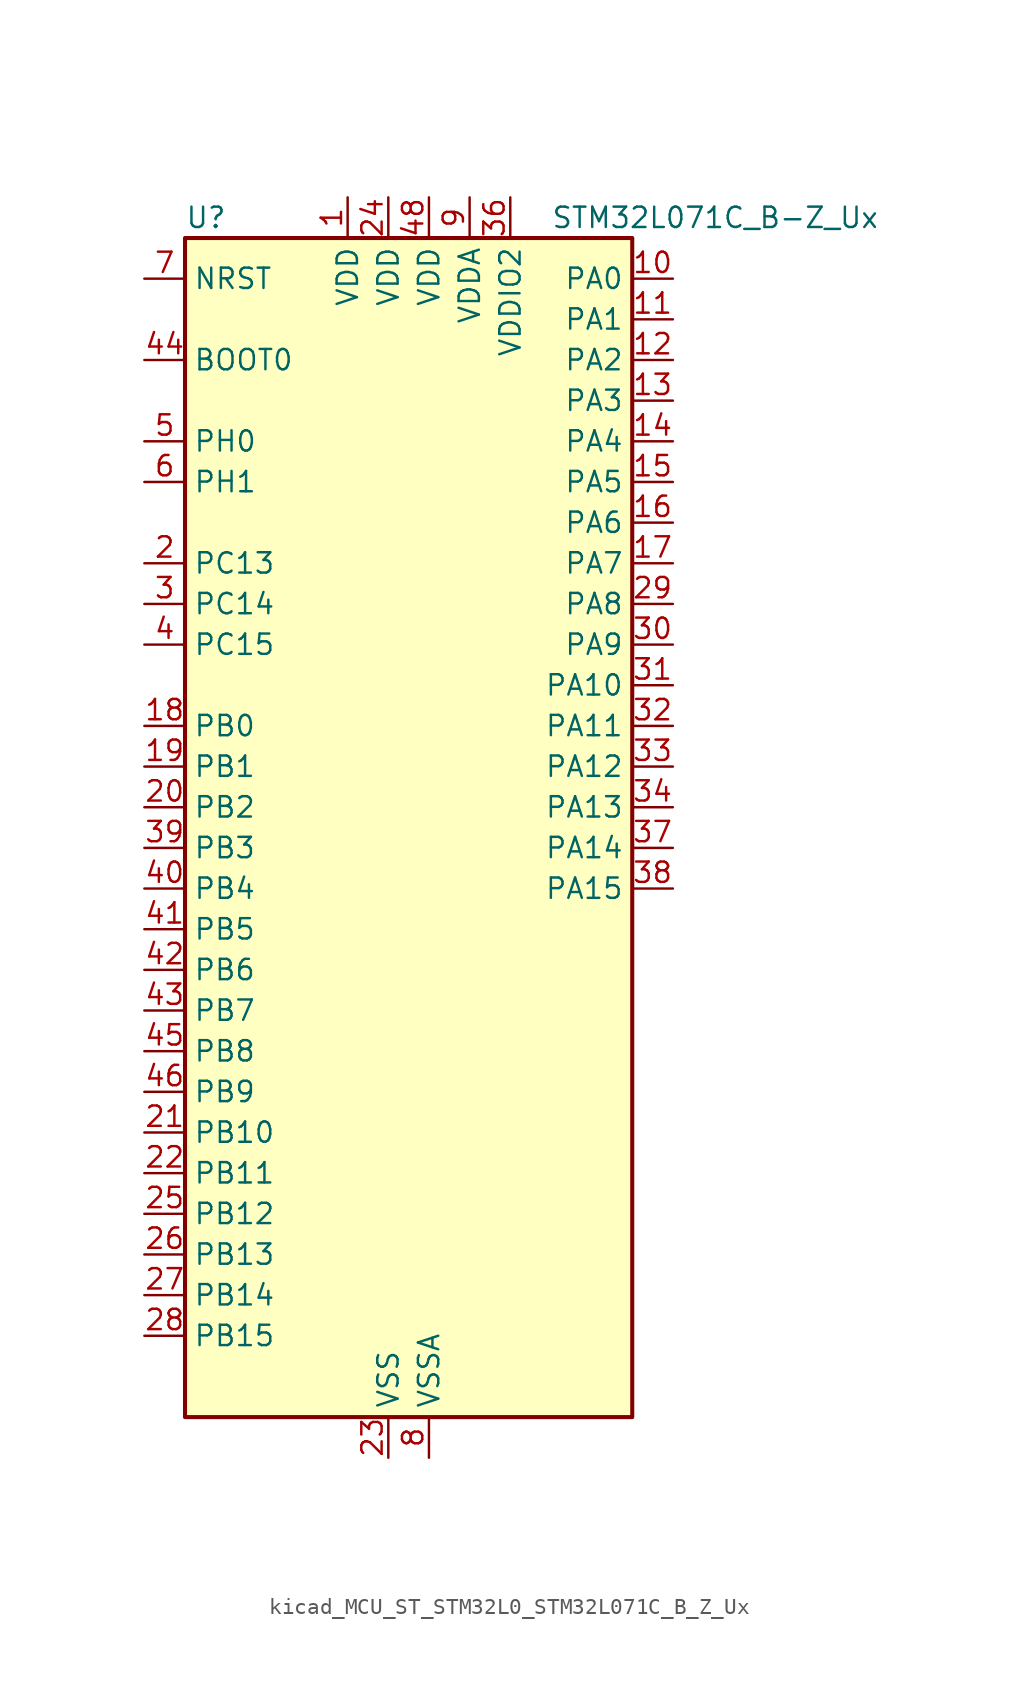
<source format=kicad_sym>
(kicad_symbol_lib
  (version 20220914)
  (generator kicad_symbol_editor)
  (symbol "kicad_MCU_ST_STM32L0_STM32L071C_B_Z_Ux"
    (property "Reference" "U"
      (at -12.7 39.37 0)
      (effects (font (size 1.27 1.27)) (justify left)))
    (property "Value" "STM32L071C_B-Z_Ux"
      (at 10.16 39.37 0)
      (effects (font (size 1.27 1.27)) (justify left)))
    (property "ki_locked" ""
      (at 0 0 0)
      (effects (font (size 1.27 1.27))))
    (symbol "kicad_MCU_ST_STM32L0_STM32L071C_B_Z_Ux_0_1"
      (rectangle (start -12.7 -35.56) (end 15.24 38.1) (stroke (width 0.254) (type default)) (fill (type background))))
    (symbol "kicad_MCU_ST_STM32L0_STM32L071C_B_Z_Ux_1_1"
      (pin power_in line (at -2.54 40.64 270) (length 2.54) (name "VDD" (effects (font (size 1.27 1.27)))) (number "1" (effects (font (size 1.27 1.27)))))
      (pin bidirectional line (at 17.78 35.56 180) (length 2.54) (name "PA0" (effects (font (size 1.27 1.27)))) (number "10" (effects (font (size 1.27 1.27)))) (alternate "ADC_IN0" bidirectional line) (alternate "COMP1_INM" bidirectional line) (alternate "COMP1_OUT" bidirectional line) (alternate "RTC_TAMP2" bidirectional line) (alternate "SYS_WKUP1" bidirectional line) (alternate "TIM2_CH1" bidirectional line) (alternate "TIM2_ETR" bidirectional line) (alternate "USART2_CTS" bidirectional line) (alternate "USART4_TX" bidirectional line))
      (pin bidirectional line (at 17.78 33.02 180) (length 2.54) (name "PA1" (effects (font (size 1.27 1.27)))) (number "11" (effects (font (size 1.27 1.27)))) (alternate "ADC_IN1" bidirectional line) (alternate "COMP1_INP" bidirectional line) (alternate "TIM21_ETR" bidirectional line) (alternate "TIM2_CH2" bidirectional line) (alternate "USART2_DE" bidirectional line) (alternate "USART2_RTS" bidirectional line) (alternate "USART4_RX" bidirectional line))
      (pin bidirectional line (at 17.78 30.48 180) (length 2.54) (name "PA2" (effects (font (size 1.27 1.27)))) (number "12" (effects (font (size 1.27 1.27)))) (alternate "ADC_IN2" bidirectional line) (alternate "COMP2_INM" bidirectional line) (alternate "COMP2_OUT" bidirectional line) (alternate "LPUART1_TX" bidirectional line) (alternate "TIM21_CH1" bidirectional line) (alternate "TIM2_CH3" bidirectional line) (alternate "USART2_TX" bidirectional line))
      (pin bidirectional line (at 17.78 27.94 180) (length 2.54) (name "PA3" (effects (font (size 1.27 1.27)))) (number "13" (effects (font (size 1.27 1.27)))) (alternate "ADC_IN3" bidirectional line) (alternate "COMP2_INP" bidirectional line) (alternate "LPUART1_RX" bidirectional line) (alternate "TIM21_CH2" bidirectional line) (alternate "TIM2_CH4" bidirectional line) (alternate "USART2_RX" bidirectional line))
      (pin bidirectional line (at 17.78 25.4 180) (length 2.54) (name "PA4" (effects (font (size 1.27 1.27)))) (number "14" (effects (font (size 1.27 1.27)))) (alternate "ADC_IN4" bidirectional line) (alternate "COMP1_INM" bidirectional line) (alternate "COMP2_INM" bidirectional line) (alternate "SPI1_NSS" bidirectional line) (alternate "TIM22_ETR" bidirectional line) (alternate "USART2_CK" bidirectional line))
      (pin bidirectional line (at 17.78 22.86 180) (length 2.54) (name "PA5" (effects (font (size 1.27 1.27)))) (number "15" (effects (font (size 1.27 1.27)))) (alternate "ADC_IN5" bidirectional line) (alternate "COMP1_INM" bidirectional line) (alternate "COMP2_INM" bidirectional line) (alternate "SPI1_SCK" bidirectional line) (alternate "TIM2_CH1" bidirectional line) (alternate "TIM2_ETR" bidirectional line))
      (pin bidirectional line (at 17.78 20.32 180) (length 2.54) (name "PA6" (effects (font (size 1.27 1.27)))) (number "16" (effects (font (size 1.27 1.27)))) (alternate "ADC_IN6" bidirectional line) (alternate "COMP1_OUT" bidirectional line) (alternate "LPUART1_CTS" bidirectional line) (alternate "SPI1_MISO" bidirectional line) (alternate "TIM22_CH1" bidirectional line) (alternate "TIM3_CH1" bidirectional line))
      (pin bidirectional line (at 17.78 17.78 180) (length 2.54) (name "PA7" (effects (font (size 1.27 1.27)))) (number "17" (effects (font (size 1.27 1.27)))) (alternate "ADC_IN7" bidirectional line) (alternate "COMP2_OUT" bidirectional line) (alternate "SPI1_MOSI" bidirectional line) (alternate "TIM22_CH2" bidirectional line) (alternate "TIM3_CH2" bidirectional line))
      (pin bidirectional line (at -15.24 7.62 0) (length 2.54) (name "PB0" (effects (font (size 1.27 1.27)))) (number "18" (effects (font (size 1.27 1.27)))) (alternate "ADC_IN8" bidirectional line) (alternate "SYS_VREF_OUT_PB0" bidirectional line) (alternate "TIM3_CH3" bidirectional line))
      (pin bidirectional line (at -15.24 5.08 0) (length 2.54) (name "PB1" (effects (font (size 1.27 1.27)))) (number "19" (effects (font (size 1.27 1.27)))) (alternate "ADC_IN9" bidirectional line) (alternate "LPUART1_DE" bidirectional line) (alternate "LPUART1_RTS" bidirectional line) (alternate "SYS_VREF_OUT_PB1" bidirectional line) (alternate "TIM3_CH4" bidirectional line))
      (pin bidirectional line (at -15.24 17.78 0) (length 2.54) (name "PC13" (effects (font (size 1.27 1.27)))) (number "2" (effects (font (size 1.27 1.27)))) (alternate "RTC_OUT_ALARM" bidirectional line) (alternate "RTC_OUT_CALIB" bidirectional line) (alternate "RTC_TAMP1" bidirectional line) (alternate "RTC_TS" bidirectional line) (alternate "SYS_WKUP2" bidirectional line))
      (pin bidirectional line (at -15.24 2.54 0) (length 2.54) (name "PB2" (effects (font (size 1.27 1.27)))) (number "20" (effects (font (size 1.27 1.27)))) (alternate "I2C3_SMBA" bidirectional line) (alternate "LPTIM1_OUT" bidirectional line))
      (pin bidirectional line (at -15.24 -17.78 0) (length 2.54) (name "PB10" (effects (font (size 1.27 1.27)))) (number "21" (effects (font (size 1.27 1.27)))) (alternate "I2C2_SCL" bidirectional line) (alternate "LPUART1_RX" bidirectional line) (alternate "LPUART1_TX" bidirectional line) (alternate "SPI2_SCK" bidirectional line) (alternate "TIM2_CH3" bidirectional line))
      (pin bidirectional line (at -15.24 -20.32 0) (length 2.54) (name "PB11" (effects (font (size 1.27 1.27)))) (number "22" (effects (font (size 1.27 1.27)))) (alternate "ADC_EXTI11" bidirectional line) (alternate "I2C2_SDA" bidirectional line) (alternate "LPUART1_RX" bidirectional line) (alternate "LPUART1_TX" bidirectional line) (alternate "TIM2_CH4" bidirectional line))
      (pin power_in line (at 0 -38.1 90) (length 2.54) (name "VSS" (effects (font (size 1.27 1.27)))) (number "23" (effects (font (size 1.27 1.27)))))
      (pin power_in line (at 0 40.64 270) (length 2.54) (name "VDD" (effects (font (size 1.27 1.27)))) (number "24" (effects (font (size 1.27 1.27)))))
      (pin bidirectional line (at -15.24 -22.86 0) (length 2.54) (name "PB12" (effects (font (size 1.27 1.27)))) (number "25" (effects (font (size 1.27 1.27)))) (alternate "I2S2_WS" bidirectional line) (alternate "LPUART1_DE" bidirectional line) (alternate "LPUART1_RTS" bidirectional line) (alternate "SPI2_NSS" bidirectional line))
      (pin bidirectional line (at -15.24 -25.4 0) (length 2.54) (name "PB13" (effects (font (size 1.27 1.27)))) (number "26" (effects (font (size 1.27 1.27)))) (alternate "I2C2_SCL" bidirectional line) (alternate "I2S2_CK" bidirectional line) (alternate "LPUART1_CTS" bidirectional line) (alternate "RCC_MCO" bidirectional line) (alternate "SPI2_SCK" bidirectional line) (alternate "TIM21_CH1" bidirectional line))
      (pin bidirectional line (at -15.24 -27.94 0) (length 2.54) (name "PB14" (effects (font (size 1.27 1.27)))) (number "27" (effects (font (size 1.27 1.27)))) (alternate "I2C2_SDA" bidirectional line) (alternate "I2S2_MCK" bidirectional line) (alternate "LPUART1_DE" bidirectional line) (alternate "LPUART1_RTS" bidirectional line) (alternate "RTC_OUT_ALARM" bidirectional line) (alternate "RTC_OUT_CALIB" bidirectional line) (alternate "SPI2_MISO" bidirectional line) (alternate "TIM21_CH2" bidirectional line))
      (pin bidirectional line (at -15.24 -30.48 0) (length 2.54) (name "PB15" (effects (font (size 1.27 1.27)))) (number "28" (effects (font (size 1.27 1.27)))) (alternate "I2S2_SD" bidirectional line) (alternate "RTC_REFIN" bidirectional line) (alternate "SPI2_MOSI" bidirectional line))
      (pin bidirectional line (at 17.78 15.24 180) (length 2.54) (name "PA8" (effects (font (size 1.27 1.27)))) (number "29" (effects (font (size 1.27 1.27)))) (alternate "I2C3_SCL" bidirectional line) (alternate "RCC_MCO" bidirectional line) (alternate "USART1_CK" bidirectional line))
      (pin bidirectional line (at -15.24 15.24 0) (length 2.54) (name "PC14" (effects (font (size 1.27 1.27)))) (number "3" (effects (font (size 1.27 1.27)))) (alternate "RCC_OSC32_IN" bidirectional line))
      (pin bidirectional line (at 17.78 12.7 180) (length 2.54) (name "PA9" (effects (font (size 1.27 1.27)))) (number "30" (effects (font (size 1.27 1.27)))) (alternate "I2C1_SCL" bidirectional line) (alternate "I2C3_SMBA" bidirectional line) (alternate "RCC_MCO" bidirectional line) (alternate "USART1_TX" bidirectional line))
      (pin bidirectional line (at 17.78 10.16 180) (length 2.54) (name "PA10" (effects (font (size 1.27 1.27)))) (number "31" (effects (font (size 1.27 1.27)))) (alternate "I2C1_SDA" bidirectional line) (alternate "USART1_RX" bidirectional line))
      (pin bidirectional line (at 17.78 7.62 180) (length 2.54) (name "PA11" (effects (font (size 1.27 1.27)))) (number "32" (effects (font (size 1.27 1.27)))) (alternate "ADC_EXTI11" bidirectional line) (alternate "COMP1_OUT" bidirectional line) (alternate "SPI1_MISO" bidirectional line) (alternate "USART1_CTS" bidirectional line))
      (pin bidirectional line (at 17.78 5.08 180) (length 2.54) (name "PA12" (effects (font (size 1.27 1.27)))) (number "33" (effects (font (size 1.27 1.27)))) (alternate "COMP2_OUT" bidirectional line) (alternate "SPI1_MOSI" bidirectional line) (alternate "USART1_DE" bidirectional line) (alternate "USART1_RTS" bidirectional line))
      (pin bidirectional line (at 17.78 2.54 180) (length 2.54) (name "PA13" (effects (font (size 1.27 1.27)))) (number "34" (effects (font (size 1.27 1.27)))) (alternate "LPUART1_RX" bidirectional line) (alternate "SYS_SWDIO" bidirectional line))
      (pin passive line (at 0 -38.1 90) (length 2.54) hide (name "VSS" (effects (font (size 1.27 1.27)))) (number "35" (effects (font (size 1.27 1.27)))))
      (pin power_in line (at 7.62 40.64 270) (length 2.54) (name "VDDIO2" (effects (font (size 1.27 1.27)))) (number "36" (effects (font (size 1.27 1.27)))))
      (pin bidirectional line (at 17.78 0 180) (length 2.54) (name "PA14" (effects (font (size 1.27 1.27)))) (number "37" (effects (font (size 1.27 1.27)))) (alternate "LPUART1_TX" bidirectional line) (alternate "SYS_SWCLK" bidirectional line) (alternate "USART2_TX" bidirectional line))
      (pin bidirectional line (at 17.78 -2.54 180) (length 2.54) (name "PA15" (effects (font (size 1.27 1.27)))) (number "38" (effects (font (size 1.27 1.27)))) (alternate "SPI1_NSS" bidirectional line) (alternate "TIM2_CH1" bidirectional line) (alternate "TIM2_ETR" bidirectional line) (alternate "USART2_RX" bidirectional line) (alternate "USART4_DE" bidirectional line) (alternate "USART4_RTS" bidirectional line))
      (pin bidirectional line (at -15.24 0 0) (length 2.54) (name "PB3" (effects (font (size 1.27 1.27)))) (number "39" (effects (font (size 1.27 1.27)))) (alternate "COMP2_INM" bidirectional line) (alternate "SPI1_SCK" bidirectional line) (alternate "TIM2_CH2" bidirectional line) (alternate "USART1_DE" bidirectional line) (alternate "USART1_RTS" bidirectional line) (alternate "USART5_TX" bidirectional line))
      (pin bidirectional line (at -15.24 12.7 0) (length 2.54) (name "PC15" (effects (font (size 1.27 1.27)))) (number "4" (effects (font (size 1.27 1.27)))) (alternate "RCC_OSC32_OUT" bidirectional line))
      (pin bidirectional line (at -15.24 -2.54 0) (length 2.54) (name "PB4" (effects (font (size 1.27 1.27)))) (number "40" (effects (font (size 1.27 1.27)))) (alternate "COMP2_INP" bidirectional line) (alternate "I2C3_SDA" bidirectional line) (alternate "SPI1_MISO" bidirectional line) (alternate "TIM22_CH1" bidirectional line) (alternate "TIM3_CH1" bidirectional line) (alternate "USART1_CTS" bidirectional line) (alternate "USART5_RX" bidirectional line))
      (pin bidirectional line (at -15.24 -5.08 0) (length 2.54) (name "PB5" (effects (font (size 1.27 1.27)))) (number "41" (effects (font (size 1.27 1.27)))) (alternate "COMP2_INP" bidirectional line) (alternate "I2C1_SMBA" bidirectional line) (alternate "LPTIM1_IN1" bidirectional line) (alternate "SPI1_MOSI" bidirectional line) (alternate "TIM22_CH2" bidirectional line) (alternate "TIM3_CH2" bidirectional line) (alternate "USART1_CK" bidirectional line) (alternate "USART5_CK" bidirectional line) (alternate "USART5_DE" bidirectional line) (alternate "USART5_RTS" bidirectional line))
      (pin bidirectional line (at -15.24 -7.62 0) (length 2.54) (name "PB6" (effects (font (size 1.27 1.27)))) (number "42" (effects (font (size 1.27 1.27)))) (alternate "COMP2_INP" bidirectional line) (alternate "I2C1_SCL" bidirectional line) (alternate "LPTIM1_ETR" bidirectional line) (alternate "USART1_TX" bidirectional line))
      (pin bidirectional line (at -15.24 -10.16 0) (length 2.54) (name "PB7" (effects (font (size 1.27 1.27)))) (number "43" (effects (font (size 1.27 1.27)))) (alternate "COMP2_INP" bidirectional line) (alternate "I2C1_SDA" bidirectional line) (alternate "LPTIM1_IN2" bidirectional line) (alternate "SYS_PVD_IN" bidirectional line) (alternate "USART1_RX" bidirectional line) (alternate "USART4_CTS" bidirectional line))
      (pin input line (at -15.24 30.48 0) (length 2.54) (name "BOOT0" (effects (font (size 1.27 1.27)))) (number "44" (effects (font (size 1.27 1.27)))))
      (pin bidirectional line (at -15.24 -12.7 0) (length 2.54) (name "PB8" (effects (font (size 1.27 1.27)))) (number "45" (effects (font (size 1.27 1.27)))) (alternate "I2C1_SCL" bidirectional line))
      (pin bidirectional line (at -15.24 -15.24 0) (length 2.54) (name "PB9" (effects (font (size 1.27 1.27)))) (number "46" (effects (font (size 1.27 1.27)))) (alternate "I2C1_SDA" bidirectional line) (alternate "I2S2_WS" bidirectional line) (alternate "SPI2_NSS" bidirectional line))
      (pin passive line (at 0 -38.1 90) (length 2.54) hide (name "VSS" (effects (font (size 1.27 1.27)))) (number "47" (effects (font (size 1.27 1.27)))))
      (pin power_in line (at 2.54 40.64 270) (length 2.54) (name "VDD" (effects (font (size 1.27 1.27)))) (number "48" (effects (font (size 1.27 1.27)))))
      (pin passive line (at 0 -38.1 90) (length 2.54) hide (name "VSS" (effects (font (size 1.27 1.27)))) (number "49" (effects (font (size 1.27 1.27)))))
      (pin bidirectional line (at -15.24 25.4 0) (length 2.54) (name "PH0" (effects (font (size 1.27 1.27)))) (number "5" (effects (font (size 1.27 1.27)))) (alternate "RCC_OSC_IN" bidirectional line))
      (pin bidirectional line (at -15.24 22.86 0) (length 2.54) (name "PH1" (effects (font (size 1.27 1.27)))) (number "6" (effects (font (size 1.27 1.27)))) (alternate "RCC_OSC_OUT" bidirectional line))
      (pin input line (at -15.24 35.56 0) (length 2.54) (name "NRST" (effects (font (size 1.27 1.27)))) (number "7" (effects (font (size 1.27 1.27)))))
      (pin power_in line (at 2.54 -38.1 90) (length 2.54) (name "VSSA" (effects (font (size 1.27 1.27)))) (number "8" (effects (font (size 1.27 1.27)))))
      (pin power_in line (at 5.08 40.64 270) (length 2.54) (name "VDDA" (effects (font (size 1.27 1.27)))) (number "9" (effects (font (size 1.27 1.27))))))))
</source>
